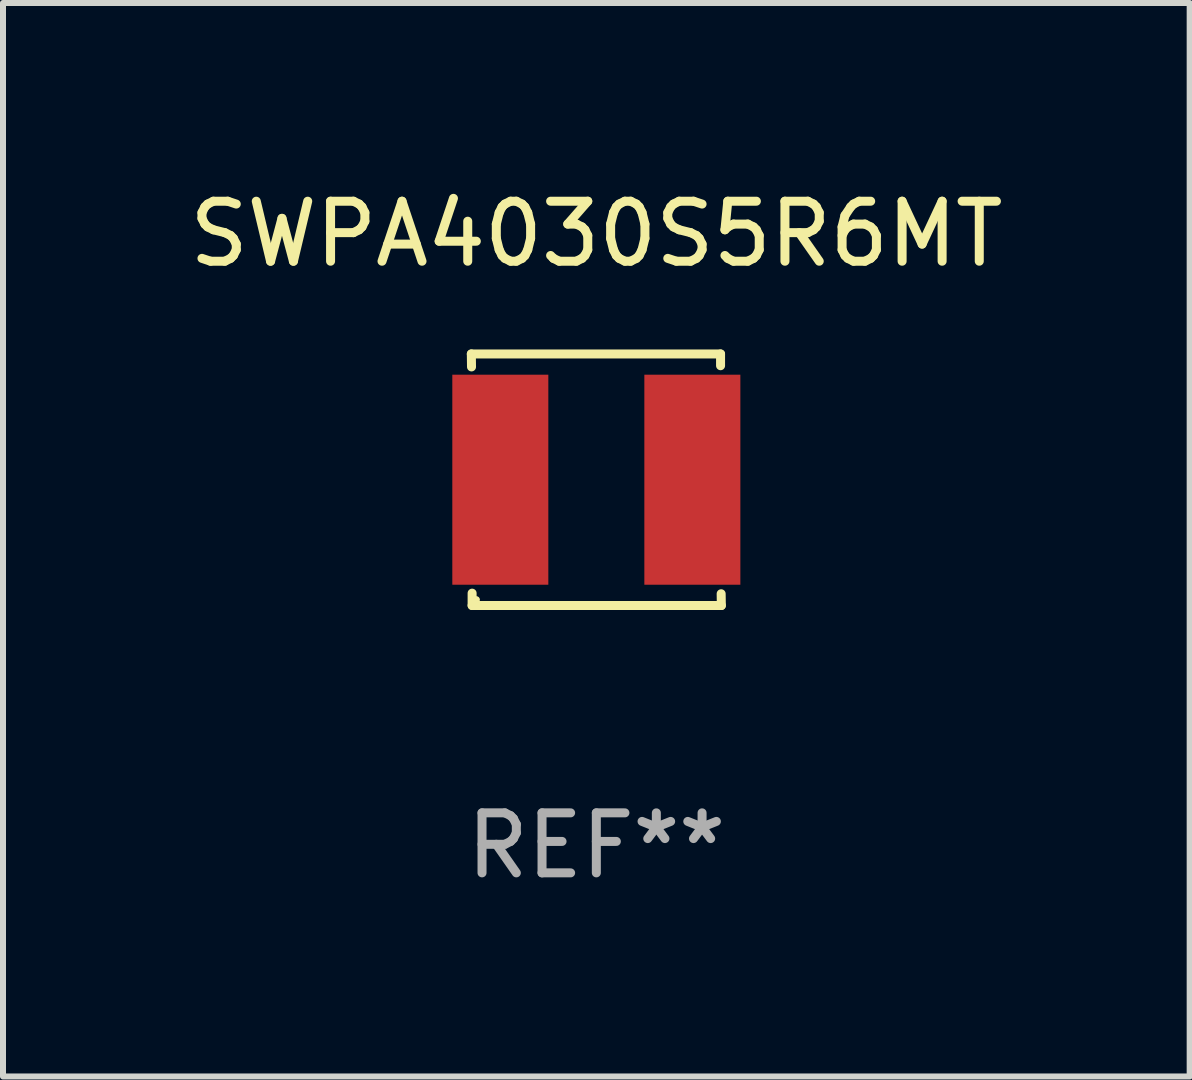
<source format=kicad_pcb>
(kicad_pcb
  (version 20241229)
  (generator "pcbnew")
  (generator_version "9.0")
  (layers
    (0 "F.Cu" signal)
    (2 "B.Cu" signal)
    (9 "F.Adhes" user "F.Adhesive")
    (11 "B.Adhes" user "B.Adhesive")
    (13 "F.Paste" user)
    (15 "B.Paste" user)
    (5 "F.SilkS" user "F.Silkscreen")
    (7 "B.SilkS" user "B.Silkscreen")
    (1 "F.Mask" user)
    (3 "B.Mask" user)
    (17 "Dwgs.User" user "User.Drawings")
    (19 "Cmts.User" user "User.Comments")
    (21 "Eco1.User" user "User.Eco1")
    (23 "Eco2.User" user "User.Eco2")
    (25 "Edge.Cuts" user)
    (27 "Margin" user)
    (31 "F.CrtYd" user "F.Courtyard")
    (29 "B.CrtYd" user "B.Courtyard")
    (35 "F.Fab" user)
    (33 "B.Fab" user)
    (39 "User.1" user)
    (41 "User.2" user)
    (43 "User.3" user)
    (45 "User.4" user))
  (footprint "SWPA4030S5R6MT"
    (layer "F.Cu")
    (at 6.887 4.944)
    (property "Reference" "SWPA4030S5R6MT" (at 0 -4.096 0) (layer "F.SilkS") (effects (font (size 1 1) (thickness 0.15))))
    (attr through_hole)
    (fp_line (start -2.083 -2.096) (end -2.08 -1.88) (stroke (width 0.15) (type solid)) (layer "F.SilkS"))
    (fp_line (start -2.07 1.89) (end -2.07 2.096) (stroke (width 0.15) (type solid)) (layer "F.SilkS"))
    (fp_line (start -2.07 2.096) (end 2.083 2.096) (stroke (width 0.15) (type solid)) (layer "F.SilkS"))
    (fp_line (start 2.07 -1.9) (end 2.07 -2.096) (stroke (width 0.15) (type solid)) (layer "F.SilkS"))
    (fp_line (start 2.07 -2.096) (end -2.083 -2.096) (stroke (width 0.15) (type solid)) (layer "F.SilkS"))
    (fp_line (start 2.083 2.096) (end 2.08 1.9) (stroke (width 0.15) (type solid)) (layer "F.SilkS"))
    (fp_circle (center -2 2) (end -1.97 2) (stroke (width 0.06) (type solid)) (fill no) (layer "F.SilkS"))
    (fp_text user "REF**" (at 0 6.096 0) (layer "F.Fab") (effects (font (size 1 1) (thickness 0.15))))
    (pad "1" smd rect (at -1.6 -0.000343) (size 1.6 3.5) (layers "F.Cu" "F.Mask" "F.Paste"))
    (pad "2" smd rect (at 1.6 -0.000343) (size 1.6 3.5) (layers "F.Cu" "F.Mask" "F.Paste")))
  (gr_rect
    (start -3 -3)
    (end 16.774 14.888)
    (stroke (width 0.1) (type default))
    (fill no)
    (layer "Edge.Cuts")))
</source>
